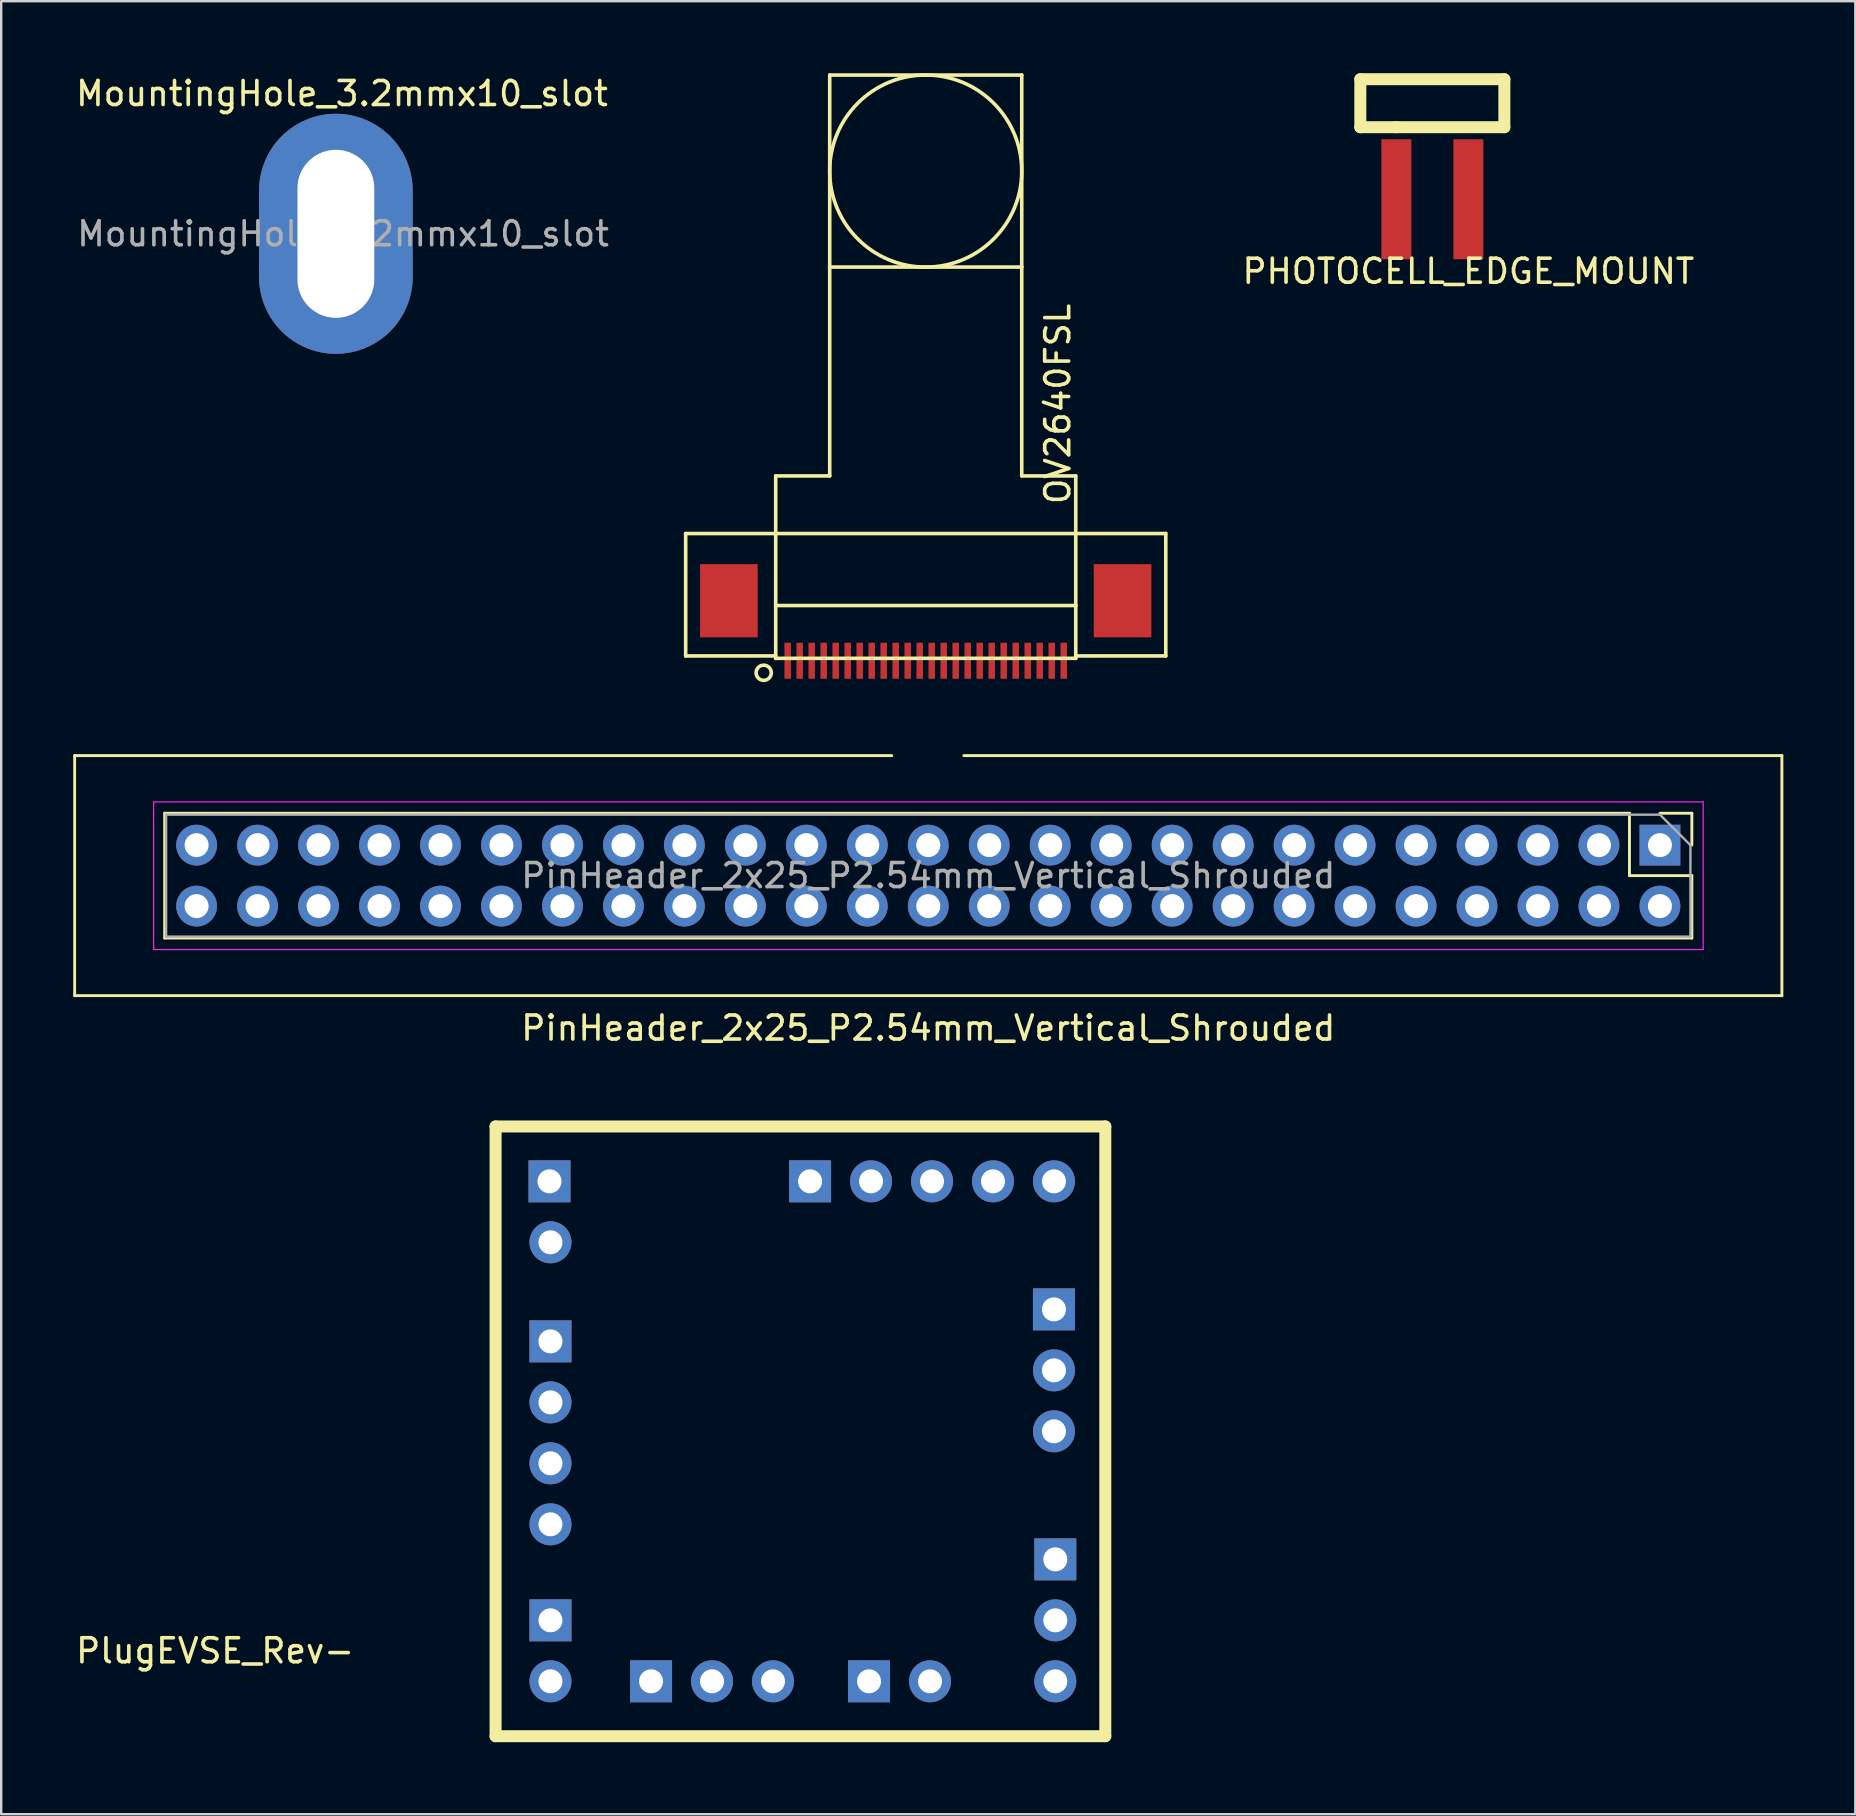
<source format=kicad_pcb>
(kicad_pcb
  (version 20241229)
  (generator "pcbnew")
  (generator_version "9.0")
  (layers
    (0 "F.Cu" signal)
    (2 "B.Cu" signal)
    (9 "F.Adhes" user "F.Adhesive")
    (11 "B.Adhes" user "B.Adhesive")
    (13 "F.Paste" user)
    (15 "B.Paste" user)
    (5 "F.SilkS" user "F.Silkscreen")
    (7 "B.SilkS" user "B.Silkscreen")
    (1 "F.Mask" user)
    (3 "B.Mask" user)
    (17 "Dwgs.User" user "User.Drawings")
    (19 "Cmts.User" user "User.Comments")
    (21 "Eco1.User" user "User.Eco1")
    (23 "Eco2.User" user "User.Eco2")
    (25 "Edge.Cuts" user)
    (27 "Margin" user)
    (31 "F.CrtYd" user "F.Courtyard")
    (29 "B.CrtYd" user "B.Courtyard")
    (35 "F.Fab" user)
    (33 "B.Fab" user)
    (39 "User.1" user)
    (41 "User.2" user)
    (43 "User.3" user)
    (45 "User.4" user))
  (footprint "PHOTOCELL_EDGE_MOUNT"
    (layer "F.Cu")
    (at 56.619 4.75)
    (property "Reference" "PHOTOCELL_EDGE_MOUNT" (at 1.5 3.5 0) (layer "F.SilkS") (effects (font (size 1 1) (thickness 0.15))))
    (attr through_hole)
    (fp_line (start -3 -4.5) (end -3 -2.5) (stroke (width 0.5) (type solid)) (layer "F.SilkS"))
    (fp_line (start -3 -2.5) (end -1.5 -2.5) (stroke (width 0.5) (type solid)) (layer "F.SilkS"))
    (fp_line (start -1.5 -2.5) (end 3 -2.5) (stroke (width 0.5) (type solid)) (layer "F.SilkS"))
    (fp_line (start 3 -4.5) (end -3 -4.5) (stroke (width 0.5) (type solid)) (layer "F.SilkS"))
    (fp_line (start 3 -2.5) (end 3 -4.5) (stroke (width 0.5) (type solid)) (layer "F.SilkS"))
    (pad "1" smd rect (at -1.5 0.5) (size 1.25 5) (layers "F.Cu" "F.Mask" "F.Paste"))
    (pad "2" smd rect (at 1.5 0.5) (size 1.25 5) (layers "F.Cu" "F.Mask" "F.Paste")))
  (footprint "PlugEVSE_Rev-"
    (layer "F.Cu")
    (at 19.881 66.99)
    (property "Reference" "PlugEVSE_Rev-" (at -13.97 -1.27 0) (layer "F.SilkS") (effects (font (size 1 1) (thickness 0.15))))
    (attr through_hole)
    (fp_line (start -2.286 -23.114) (end -2.286 2.286) (stroke (width 0.5) (type solid)) (layer "F.SilkS"))
    (fp_line (start -2.286 2.286) (end 23.114 2.286) (stroke (width 0.5) (type solid)) (layer "F.SilkS"))
    (fp_line (start 23.114 -23.114) (end -2.286 -23.114) (stroke (width 0.5) (type solid)) (layer "F.SilkS"))
    (fp_line (start 23.114 2.286) (end 23.114 -23.114) (stroke (width 0.5) (type solid)) (layer "F.SilkS"))
    (pad "1" thru_hole rect (at -0.04 -20.828) (size 1.75 1.75) (drill 1) (layers "*.Cu" "*.Mask"))
    (pad "2" thru_hole circle (at 0 -18.288) (size 1.75 1.75) (drill 1) (layers "*.Cu" "*.Mask"))
    (pad "3" thru_hole rect (at 0 -14.161) (size 1.75 1.75) (drill 1) (layers "*.Cu" "*.Mask"))
    (pad "4" thru_hole circle (at 0 -11.62) (size 1.75 1.75) (drill 1) (layers "*.Cu" "*.Mask"))
    (pad "5" thru_hole circle (at 0 -9.081) (size 1.75 1.75) (drill 1) (layers "*.Cu" "*.Mask"))
    (pad "6" thru_hole circle (at 0 -6.54) (size 1.75 1.75) (drill 1) (layers "*.Cu" "*.Mask"))
    (pad "7" thru_hole rect (at 0 -2.54) (size 1.75 1.75) (drill 1) (layers "*.Cu" "*.Mask"))
    (pad "8" thru_hole circle (at 0 0) (size 1.75 1.75) (drill 1) (layers "*.Cu" "*.Mask"))
    (pad "9" thru_hole rect (at 4.191 0) (size 1.75 1.75) (drill 1) (layers "*.Cu" "*.Mask"))
    (pad "10" thru_hole circle (at 6.731 0) (size 1.75 1.75) (drill 1) (layers "*.Cu" "*.Mask"))
    (pad "11" thru_hole circle (at 9.271 0) (size 1.75 1.75) (drill 1) (layers "*.Cu" "*.Mask"))
    (pad "12" thru_hole rect (at 13.271 0) (size 1.75 1.75) (drill 1) (layers "*.Cu" "*.Mask"))
    (pad "13" thru_hole circle (at 15.812 0) (size 1.75 1.75) (drill 1) (layers "*.Cu" "*.Mask"))
    (pad "14" thru_hole circle (at 21.031 0) (size 1.75 1.75) (drill 1) (layers "*.Cu" "*.Mask"))
    (pad "15" thru_hole circle (at 21.031 -2.54) (size 1.75 1.75) (drill 1) (layers "*.Cu" "*.Mask"))
    (pad "16" thru_hole rect (at 21.031 -5.08) (size 1.75 1.75) (drill 1) (layers "*.Cu" "*.Mask"))
    (pad "17" thru_hole circle (at 20.975 -10.414) (size 1.75 1.75) (drill 1) (layers "*.Cu" "*.Mask"))
    (pad "18" thru_hole circle (at 20.975 -12.954) (size 1.75 1.75) (drill 1) (layers "*.Cu" "*.Mask"))
    (pad "19" thru_hole rect (at 20.975 -15.494) (size 1.75 1.75) (drill 1) (layers "*.Cu" "*.Mask"))
    (pad "20" thru_hole circle (at 20.975 -20.828) (size 1.75 1.75) (drill 1) (layers "*.Cu" "*.Mask"))
    (pad "21" thru_hole circle (at 18.435 -20.828) (size 1.75 1.75) (drill 1) (layers "*.Cu" "*.Mask"))
    (pad "22" thru_hole circle (at 15.895 -20.828) (size 1.75 1.75) (drill 1) (layers "*.Cu" "*.Mask"))
    (pad "23" thru_hole circle (at 13.355 -20.828) (size 1.75 1.75) (drill 1) (layers "*.Cu" "*.Mask"))
    (pad "24" thru_hole rect (at 10.815 -20.828) (size 1.75 1.75) (drill 1) (layers "*.Cu" "*.Mask")))
  (footprint "OV2640FSL"
    (layer "F.Cu")
    (at 35.514 4.076)
    (property "Reference" "OV2640FSL" (at 5.5 9.7 90) (layer "F.SilkS") (effects (font (size 1 1) (thickness 0.15))))
    (attr through_hole)
    (fp_line (start -10 15.1) (end -10 20.2) (stroke (width 0.15) (type solid)) (layer "F.SilkS"))
    (fp_line (start -10 20.2) (end -6.25 20.2) (stroke (width 0.15) (type solid)) (layer "F.SilkS"))
    (fp_line (start -6.25 12.7) (end -6.25 18.1) (stroke (width 0.15) (type solid)) (layer "F.SilkS"))
    (fp_line (start -6.25 15.1) (end -10 15.1) (stroke (width 0.15) (type solid)) (layer "F.SilkS"))
    (fp_line (start -6.25 15.1) (end 6.25 15.1) (stroke (width 0.15) (type solid)) (layer "F.SilkS"))
    (fp_line (start -6.25 18.1) (end -6.25 20.3) (stroke (width 0.15) (type solid)) (layer "F.SilkS"))
    (fp_line (start -6.25 18.1) (end 6.25 18.1) (stroke (width 0.15) (type solid)) (layer "F.SilkS"))
    (fp_line (start -6.25 20.3) (end 6.25 20.3) (stroke (width 0.15) (type solid)) (layer "F.SilkS"))
    (fp_line (start -4 -4) (end 4 -4) (stroke (width 0.15) (type solid)) (layer "F.SilkS"))
    (fp_line (start -4 4) (end -4 -4) (stroke (width 0.15) (type solid)) (layer "F.SilkS"))
    (fp_line (start -4 4) (end -4 12.7) (stroke (width 0.15) (type solid)) (layer "F.SilkS"))
    (fp_line (start -4 12.7) (end -6.25 12.7) (stroke (width 0.15) (type solid)) (layer "F.SilkS"))
    (fp_line (start 4 -4) (end 4 4) (stroke (width 0.15) (type solid)) (layer "F.SilkS"))
    (fp_line (start 4 4) (end -4 4) (stroke (width 0.15) (type solid)) (layer "F.SilkS"))
    (fp_line (start 4 12.7) (end 4 4) (stroke (width 0.15) (type solid)) (layer "F.SilkS"))
    (fp_line (start 6.25 12.7) (end 4 12.7) (stroke (width 0.15) (type solid)) (layer "F.SilkS"))
    (fp_line (start 6.25 15.1) (end 10 15.1) (stroke (width 0.15) (type solid)) (layer "F.SilkS"))
    (fp_line (start 6.25 18.1) (end 6.25 12.7) (stroke (width 0.15) (type solid)) (layer "F.SilkS"))
    (fp_line (start 6.25 20.3) (end 6.25 18.1) (stroke (width 0.15) (type solid)) (layer "F.SilkS"))
    (fp_line (start 10 15.1) (end 10 20.2) (stroke (width 0.15) (type solid)) (layer "F.SilkS"))
    (fp_line (start 10 20.2) (end 6.25 20.2) (stroke (width 0.15) (type solid)) (layer "F.SilkS"))
    (fp_circle (center -6.75 20.9) (end -6.45 21) (stroke (width 0.15) (type solid)) (fill no) (layer "F.SilkS"))
    (fp_circle (center 0 0) (end 4 0.1) (stroke (width 0.15) (type solid)) (fill no) (layer "F.SilkS"))
    (pad "1" smd rect (at -5.75 20.4) (size 0.27 1.5) (layers "F.Cu" "F.Mask" "F.Paste"))
    (pad "2" smd rect (at -5.25 20.4) (size 0.27 1.5) (layers "F.Cu" "F.Mask" "F.Paste"))
    (pad "3" smd rect (at -4.75 20.4) (size 0.27 1.5) (layers "F.Cu" "F.Mask" "F.Paste"))
    (pad "4" smd rect (at -4.25 20.4) (size 0.27 1.5) (layers "F.Cu" "F.Mask" "F.Paste"))
    (pad "5" smd rect (at -3.75 20.4) (size 0.27 1.5) (layers "F.Cu" "F.Mask" "F.Paste"))
    (pad "6" smd rect (at -3.25 20.4) (size 0.27 1.5) (layers "F.Cu" "F.Mask" "F.Paste"))
    (pad "7" smd rect (at -2.75 20.4) (size 0.27 1.5) (layers "F.Cu" "F.Mask" "F.Paste"))
    (pad "8" smd rect (at -2.25 20.4) (size 0.27 1.5) (layers "F.Cu" "F.Mask" "F.Paste"))
    (pad "9" smd rect (at -1.75 20.4) (size 0.27 1.5) (layers "F.Cu" "F.Mask" "F.Paste"))
    (pad "10" smd rect (at -1.25 20.4) (size 0.27 1.5) (layers "F.Cu" "F.Mask" "F.Paste"))
    (pad "11" smd rect (at -0.75 20.4) (size 0.27 1.5) (layers "F.Cu" "F.Mask" "F.Paste"))
    (pad "12" smd rect (at -0.25 20.4) (size 0.27 1.5) (layers "F.Cu" "F.Mask" "F.Paste"))
    (pad "13" smd rect (at 0.25 20.4) (size 0.27 1.5) (layers "F.Cu" "F.Mask" "F.Paste"))
    (pad "14" smd rect (at 0.75 20.4) (size 0.27 1.5) (layers "F.Cu" "F.Mask" "F.Paste"))
    (pad "15" smd rect (at 1.25 20.4) (size 0.27 1.5) (layers "F.Cu" "F.Mask" "F.Paste"))
    (pad "16" smd rect (at 1.75 20.4) (size 0.27 1.5) (layers "F.Cu" "F.Mask" "F.Paste"))
    (pad "17" smd rect (at 2.25 20.4) (size 0.27 1.5) (layers "F.Cu" "F.Mask" "F.Paste"))
    (pad "18" smd rect (at 2.75 20.4) (size 0.27 1.5) (layers "F.Cu" "F.Mask" "F.Paste"))
    (pad "19" smd rect (at 3.25 20.4) (size 0.27 1.5) (layers "F.Cu" "F.Mask" "F.Paste"))
    (pad "20" smd rect (at 3.75 20.4) (size 0.27 1.5) (layers "F.Cu" "F.Mask" "F.Paste"))
    (pad "21" smd rect (at 4.25 20.4) (size 0.27 1.5) (layers "F.Cu" "F.Mask" "F.Paste"))
    (pad "22" smd rect (at 4.75 20.4) (size 0.27 1.5) (layers "F.Cu" "F.Mask" "F.Paste"))
    (pad "23" smd rect (at 5.25 20.4) (size 0.27 1.5) (layers "F.Cu" "F.Mask" "F.Paste"))
    (pad "24" smd rect (at 5.75 20.4) (size 0.27 1.5) (layers "F.Cu" "F.Mask" "F.Paste"))
    (pad "25" smd rect (at 8.2 17.9) (size 2.4 3.05) (layers "F.Cu" "F.Mask" "F.Paste"))
    (pad "26" smd rect (at -8.2 17.9) (size 2.4 3.05) (layers "F.Cu" "F.Mask" "F.Paste")))
  (footprint "MountingHole_3.2mmx10_slot"
    (layer "F.Cu")
    (at 10.942 6.69)
    (property "Reference" "MountingHole_3.2mmx10_slot" (at 0.254 -5.842 0) (layer "F.SilkS") (effects (font (size 1 1) (thickness 0.15))))
    (attr exclude_from_pos_files exclude_from_bom)
    (fp_text user "${REFERENCE}" (at 0.3 0 0) (layer "F.Fab") (effects (font (size 1 1) (thickness 0.15))))
    (pad "1" thru_hole oval (at 0 0) (size 6.4 10) (drill oval 3.2 7) (layers "*.Cu" "*.Mask")))
  (footprint "PinHeader_2x25_P2.54mm_Vertical_Shrouded"
    (layer "F.Cu")
    (at 35.62 33.427)
    (property "Reference" "PinHeader_2x25_P2.54mm_Vertical_Shrouded" (at 0 6.35 0) (layer "F.SilkS") (effects (font (size 1 1) (thickness 0.15))))
    (attr smd)
    (fp_line (start -35.56 -5) (end -1.52 -5) (stroke (width 0.12) (type solid)) (layer "F.SilkS"))
    (fp_line (start -35.56 5) (end -35.56 -5) (stroke (width 0.12) (type solid)) (layer "F.SilkS"))
    (fp_line (start -31.81 -2.6) (end -31.81 2.6) (stroke (width 0.12) (type solid)) (layer "F.SilkS"))
    (fp_line (start 1.48 -5) (end 35.56 -5) (stroke (width 0.12) (type solid)) (layer "F.SilkS"))
    (fp_line (start 29.21 -2.6) (end -31.81 -2.6) (stroke (width 0.12) (type solid)) (layer "F.SilkS"))
    (fp_line (start 29.21 -2.6) (end 29.21 0) (stroke (width 0.12) (type solid)) (layer "F.SilkS"))
    (fp_line (start 29.21 0) (end 31.81 0) (stroke (width 0.12) (type solid)) (layer "F.SilkS"))
    (fp_line (start 30.48 -2.6) (end 31.81 -2.6) (stroke (width 0.12) (type solid)) (layer "F.SilkS"))
    (fp_line (start 31.81 -2.6) (end 31.81 -1.27) (stroke (width 0.12) (type solid)) (layer "F.SilkS"))
    (fp_line (start 31.81 0) (end 31.81 2.6) (stroke (width 0.12) (type solid)) (layer "F.SilkS"))
    (fp_line (start 31.81 2.6) (end -31.81 2.6) (stroke (width 0.12) (type solid)) (layer "F.SilkS"))
    (fp_line (start 35.56 -5) (end 35.56 5) (stroke (width 0.12) (type solid)) (layer "F.SilkS"))
    (fp_line (start 35.56 5) (end -35.56 5) (stroke (width 0.12) (type solid)) (layer "F.SilkS"))
    (fp_line (start -32.27 -3.07) (end -32.27 3.08) (stroke (width 0.05) (type solid)) (layer "F.CrtYd"))
    (fp_line (start -32.27 3.08) (end 32.28 3.08) (stroke (width 0.05) (type solid)) (layer "F.CrtYd"))
    (fp_line (start 32.28 -3.07) (end -32.27 -3.07) (stroke (width 0.05) (type solid)) (layer "F.CrtYd"))
    (fp_line (start 32.28 3.08) (end 32.28 -3.07) (stroke (width 0.05) (type solid)) (layer "F.CrtYd"))
    (fp_line (start -31.75 -2.54) (end 30.48 -2.54) (stroke (width 0.1) (type solid)) (layer "F.Fab"))
    (fp_line (start -31.75 2.54) (end -31.75 -2.54) (stroke (width 0.1) (type solid)) (layer "F.Fab"))
    (fp_line (start 30.48 -2.54) (end 31.75 -1.27) (stroke (width 0.1) (type solid)) (layer "F.Fab"))
    (fp_line (start 31.75 -1.27) (end 31.75 2.54) (stroke (width 0.1) (type solid)) (layer "F.Fab"))
    (fp_line (start 31.75 2.54) (end -31.75 2.54) (stroke (width 0.1) (type solid)) (layer "F.Fab"))
    (fp_text user "${REFERENCE}" (at 0 0 0) (layer "F.Fab") (effects (font (size 1 1) (thickness 0.15))))
    (pad "1" thru_hole rect (at 30.48 -1.27 270) (size 1.7 1.7) (drill 1) (layers "*.Cu" "*.Mask"))
    (pad "2" thru_hole oval (at 30.48 1.27 270) (size 1.7 1.7) (drill 1) (layers "*.Cu" "*.Mask"))
    (pad "3" thru_hole oval (at 27.94 -1.27 270) (size 1.7 1.7) (drill 1) (layers "*.Cu" "*.Mask"))
    (pad "4" thru_hole oval (at 27.94 1.27 270) (size 1.7 1.7) (drill 1) (layers "*.Cu" "*.Mask"))
    (pad "5" thru_hole oval (at 25.4 -1.27 270) (size 1.7 1.7) (drill 1) (layers "*.Cu" "*.Mask"))
    (pad "6" thru_hole oval (at 25.4 1.27 270) (size 1.7 1.7) (drill 1) (layers "*.Cu" "*.Mask"))
    (pad "7" thru_hole oval (at 22.86 -1.27 270) (size 1.7 1.7) (drill 1) (layers "*.Cu" "*.Mask"))
    (pad "8" thru_hole oval (at 22.86 1.27 270) (size 1.7 1.7) (drill 1) (layers "*.Cu" "*.Mask"))
    (pad "9" thru_hole oval (at 20.32 -1.27 270) (size 1.7 1.7) (drill 1) (layers "*.Cu" "*.Mask"))
    (pad "10" thru_hole oval (at 20.32 1.27 270) (size 1.7 1.7) (drill 1) (layers "*.Cu" "*.Mask"))
    (pad "11" thru_hole oval (at 17.78 -1.27 270) (size 1.7 1.7) (drill 1) (layers "*.Cu" "*.Mask"))
    (pad "12" thru_hole oval (at 17.78 1.27 270) (size 1.7 1.7) (drill 1) (layers "*.Cu" "*.Mask"))
    (pad "13" thru_hole oval (at 15.24 -1.27 270) (size 1.7 1.7) (drill 1) (layers "*.Cu" "*.Mask"))
    (pad "14" thru_hole oval (at 15.24 1.27 270) (size 1.7 1.7) (drill 1) (layers "*.Cu" "*.Mask"))
    (pad "15" thru_hole oval (at 12.7 -1.27 270) (size 1.7 1.7) (drill 1) (layers "*.Cu" "*.Mask"))
    (pad "16" thru_hole oval (at 12.7 1.27 270) (size 1.7 1.7) (drill 1) (layers "*.Cu" "*.Mask"))
    (pad "17" thru_hole oval (at 10.16 -1.27 270) (size 1.7 1.7) (drill 1) (layers "*.Cu" "*.Mask"))
    (pad "18" thru_hole oval (at 10.16 1.27 270) (size 1.7 1.7) (drill 1) (layers "*.Cu" "*.Mask"))
    (pad "19" thru_hole oval (at 7.62 -1.27 270) (size 1.7 1.7) (drill 1) (layers "*.Cu" "*.Mask"))
    (pad "20" thru_hole oval (at 7.62 1.27 270) (size 1.7 1.7) (drill 1) (layers "*.Cu" "*.Mask"))
    (pad "21" thru_hole oval (at 5.08 -1.27 270) (size 1.7 1.7) (drill 1) (layers "*.Cu" "*.Mask"))
    (pad "22" thru_hole oval (at 5.08 1.27 270) (size 1.7 1.7) (drill 1) (layers "*.Cu" "*.Mask"))
    (pad "23" thru_hole oval (at 2.54 -1.27 270) (size 1.7 1.7) (drill 1) (layers "*.Cu" "*.Mask"))
    (pad "24" thru_hole oval (at 2.54 1.27 270) (size 1.7 1.7) (drill 1) (layers "*.Cu" "*.Mask"))
    (pad "25" thru_hole oval (at 0 -1.27 270) (size 1.7 1.7) (drill 1) (layers "*.Cu" "*.Mask"))
    (pad "26" thru_hole oval (at 0 1.27 270) (size 1.7 1.7) (drill 1) (layers "*.Cu" "*.Mask"))
    (pad "27" thru_hole oval (at -2.54 -1.27 270) (size 1.7 1.7) (drill 1) (layers "*.Cu" "*.Mask"))
    (pad "28" thru_hole oval (at -2.54 1.27 270) (size 1.7 1.7) (drill 1) (layers "*.Cu" "*.Mask"))
    (pad "29" thru_hole oval (at -5.08 -1.27 270) (size 1.7 1.7) (drill 1) (layers "*.Cu" "*.Mask"))
    (pad "30" thru_hole oval (at -5.08 1.27 270) (size 1.7 1.7) (drill 1) (layers "*.Cu" "*.Mask"))
    (pad "31" thru_hole oval (at -7.62 -1.27 270) (size 1.7 1.7) (drill 1) (layers "*.Cu" "*.Mask"))
    (pad "32" thru_hole oval (at -7.62 1.27 270) (size 1.7 1.7) (drill 1) (layers "*.Cu" "*.Mask"))
    (pad "33" thru_hole oval (at -10.16 -1.27 270) (size 1.7 1.7) (drill 1) (layers "*.Cu" "*.Mask"))
    (pad "34" thru_hole oval (at -10.16 1.27 270) (size 1.7 1.7) (drill 1) (layers "*.Cu" "*.Mask"))
    (pad "35" thru_hole oval (at -12.7 -1.27 270) (size 1.7 1.7) (drill 1) (layers "*.Cu" "*.Mask"))
    (pad "36" thru_hole oval (at -12.7 1.27 270) (size 1.7 1.7) (drill 1) (layers "*.Cu" "*.Mask"))
    (pad "37" thru_hole oval (at -15.24 -1.27 270) (size 1.7 1.7) (drill 1) (layers "*.Cu" "*.Mask"))
    (pad "38" thru_hole oval (at -15.24 1.27 270) (size 1.7 1.7) (drill 1) (layers "*.Cu" "*.Mask"))
    (pad "39" thru_hole oval (at -17.78 -1.27 270) (size 1.7 1.7) (drill 1) (layers "*.Cu" "*.Mask"))
    (pad "40" thru_hole oval (at -17.78 1.27 270) (size 1.7 1.7) (drill 1) (layers "*.Cu" "*.Mask"))
    (pad "41" thru_hole oval (at -20.32 -1.27 270) (size 1.7 1.7) (drill 1) (layers "*.Cu" "*.Mask"))
    (pad "42" thru_hole oval (at -20.32 1.27 270) (size 1.7 1.7) (drill 1) (layers "*.Cu" "*.Mask"))
    (pad "43" thru_hole oval (at -22.86 -1.27 270) (size 1.7 1.7) (drill 1) (layers "*.Cu" "*.Mask"))
    (pad "44" thru_hole oval (at -22.86 1.27 270) (size 1.7 1.7) (drill 1) (layers "*.Cu" "*.Mask"))
    (pad "45" thru_hole oval (at -25.4 -1.27 270) (size 1.7 1.7) (drill 1) (layers "*.Cu" "*.Mask"))
    (pad "46" thru_hole oval (at -25.4 1.27 270) (size 1.7 1.7) (drill 1) (layers "*.Cu" "*.Mask"))
    (pad "47" thru_hole oval (at -27.94 -1.27 270) (size 1.7 1.7) (drill 1) (layers "*.Cu" "*.Mask"))
    (pad "48" thru_hole oval (at -27.94 1.27 270) (size 1.7 1.7) (drill 1) (layers "*.Cu" "*.Mask"))
    (pad "49" thru_hole oval (at -30.48 -1.27 270) (size 1.7 1.7) (drill 1) (layers "*.Cu" "*.Mask"))
    (pad "50" thru_hole oval (at -30.48 1.27 270) (size 1.7 1.7) (drill 1) (layers "*.Cu" "*.Mask")))
  (gr_rect
    (start -3 -3)
    (end 74.24 72.526)
    (stroke (width 0.1) (type default))
    (fill no)
    (layer "Edge.Cuts")))
</source>
